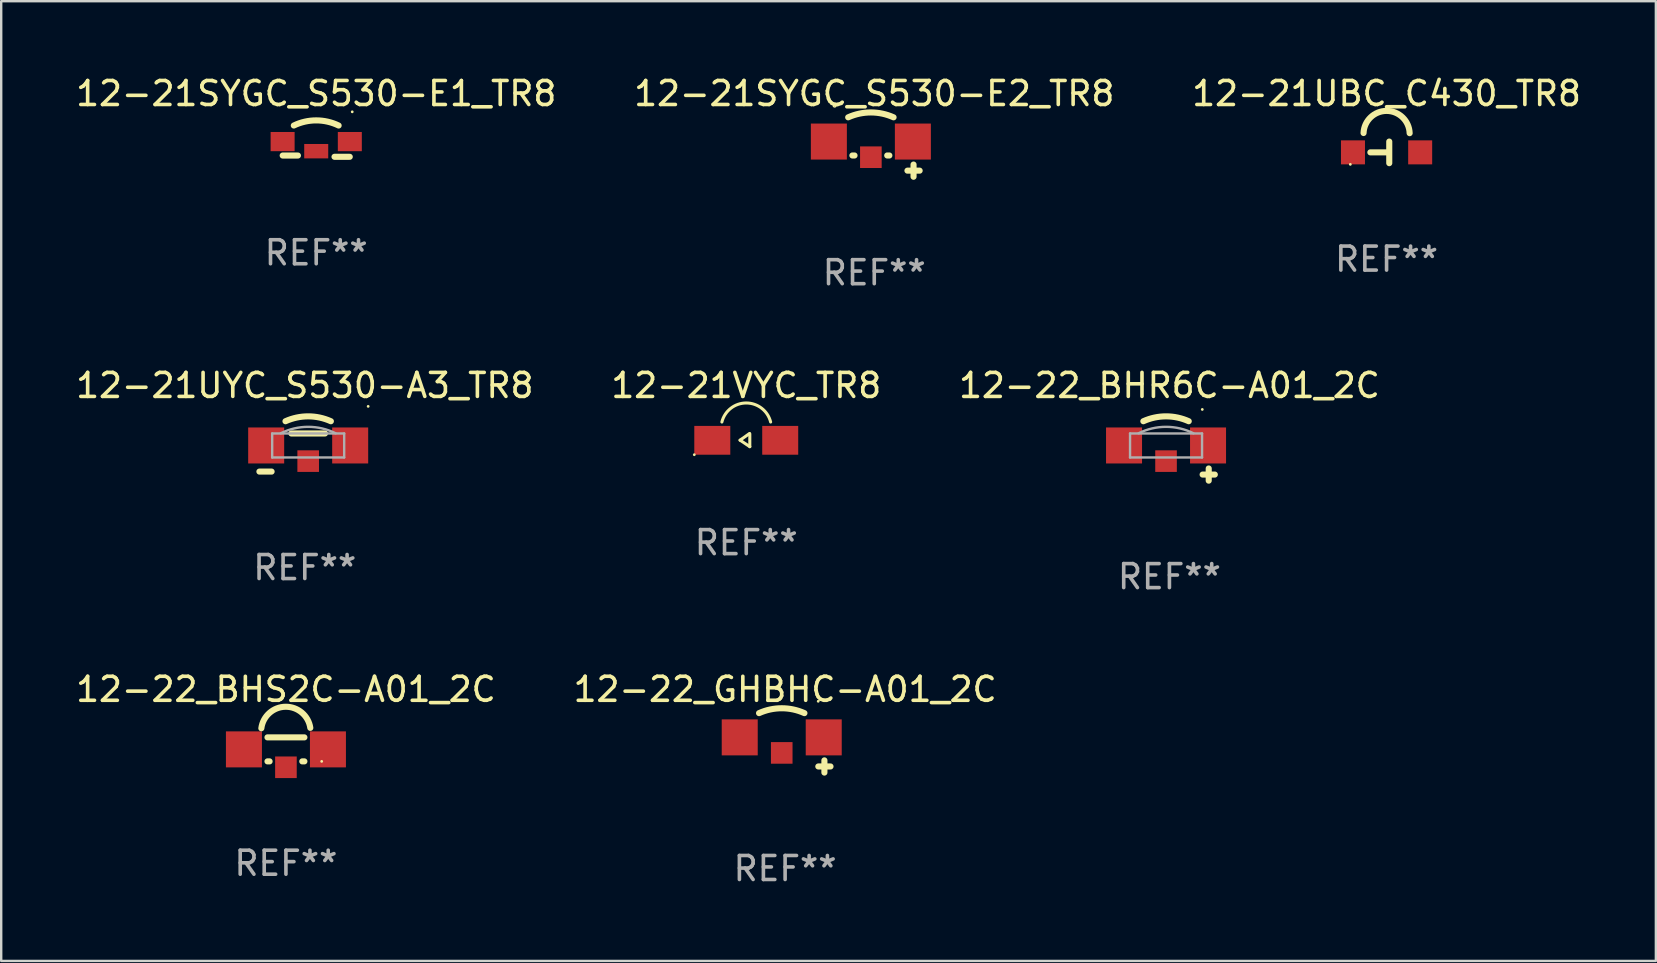
<source format=kicad_pcb>
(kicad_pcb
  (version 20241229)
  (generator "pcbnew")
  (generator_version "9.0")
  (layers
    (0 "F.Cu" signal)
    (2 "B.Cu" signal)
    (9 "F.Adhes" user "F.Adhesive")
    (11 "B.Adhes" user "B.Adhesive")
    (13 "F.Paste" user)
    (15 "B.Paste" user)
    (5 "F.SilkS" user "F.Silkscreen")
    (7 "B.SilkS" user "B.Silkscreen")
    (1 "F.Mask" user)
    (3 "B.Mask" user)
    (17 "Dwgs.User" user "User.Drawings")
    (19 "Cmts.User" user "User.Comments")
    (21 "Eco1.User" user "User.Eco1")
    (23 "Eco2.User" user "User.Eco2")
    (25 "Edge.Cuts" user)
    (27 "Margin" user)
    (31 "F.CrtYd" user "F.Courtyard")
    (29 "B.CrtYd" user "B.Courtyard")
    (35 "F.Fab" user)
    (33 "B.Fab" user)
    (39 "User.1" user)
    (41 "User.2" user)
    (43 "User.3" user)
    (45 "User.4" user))
  (footprint "12-21SYGC_S530-E2_TR8"
    (layer "F.Cu")
    (at 33.375 3.581)
    (property "Reference" "12-21SYGC_S530-E2_TR8" (at 0 -2.733 0) (layer "F.SilkS") (effects (font (size 1 1) (thickness 0.15))))
    (attr through_hole)
    (fp_line (start -0.911 -0.153) (end -0.822 -0.153) (stroke (width 0.254) (type solid)) (layer "F.SilkS"))
    (fp_line (start 0.54 -0.153) (end 0.629 -0.153) (stroke (width 0.254) (type solid)) (layer "F.SilkS"))
    (fp_line (start 1.383 0.479) (end 1.891 0.479) (stroke (width 0.254) (type solid)) (layer "F.SilkS"))
    (fp_line (start 1.637 0.733) (end 1.637 0.225) (stroke (width 0.254) (type solid)) (layer "F.SilkS"))
    (fp_arc (start -1.086322 -1.743205) (mid -0.140958 -1.946233) (end 0.804407 -1.743205) (stroke (width 0.254001) (type solid)) (layer "F.SilkS"))
    (fp_circle (center -1.65 -2.234) (end -1.621 -2.234) (stroke (width 0.06) (type solid)) (fill no) (layer "F.SilkS"))
    (fp_text user "REF**" (at 0 4.733 0) (layer "F.Fab") (effects (font (size 1 1) (thickness 0.15))))
    (pad "1" smd rect (at -1.891 -0.733 90) (size 1.5 1.5) (layers "F.Cu" "F.Mask" "F.Paste"))
    (pad "2" smd rect (at 1.609 -0.733 90) (size 1.5 1.5) (layers "F.Cu" "F.Mask" "F.Paste"))
    (pad "3" smd rect (at -0.141 -0.081) (size 0.9 0.9) (layers "F.Cu" "F.Mask" "F.Paste")))
  (footprint "12-22_GHBHC-A01_2C"
    (layer "F.Cu")
    (at 29.661 28.405)
    (property "Reference" "12-22_GHBHC-A01_2C" (at 0 -2.733 0) (layer "F.SilkS") (effects (font (size 1 1) (thickness 0.15))))
    (attr through_hole)
    (fp_line (start 1.383 0.479) (end 1.891 0.479) (stroke (width 0.254) (type solid)) (layer "F.SilkS"))
    (fp_line (start 1.637 0.733) (end 1.637 0.225) (stroke (width 0.254) (type solid)) (layer "F.SilkS"))
    (fp_arc (start -1.086335 -1.743205) (mid -0.14097 -1.946234) (end 0.804394 -1.743205) (stroke (width 0.254001) (type solid)) (layer "F.SilkS"))
    (fp_circle (center 1.379 -2.237) (end 1.409 -2.237) (stroke (width 0.06) (type solid)) (fill no) (layer "F.SilkS"))
    (fp_text user "REF**" (at 0 4.733 0) (layer "F.Fab") (effects (font (size 1 1) (thickness 0.15))))
    (pad "1" smd rect (at 1.609 -0.733 90) (size 1.5 1.5) (layers "F.Cu" "F.Mask" "F.Paste"))
    (pad "2" smd rect (at -0.141 -0.086) (size 0.9 0.9) (layers "F.Cu" "F.Mask" "F.Paste"))
    (pad "3" smd rect (at -1.891 -0.733 90) (size 1.5 1.5) (layers "F.Cu" "F.Mask" "F.Paste")))
  (footprint "12-22_BHR6C-A01_2C"
    (layer "F.Cu")
    (at 45.673 15.993)
    (property "Reference" "12-22_BHR6C-A01_2C" (at 0 -2.983 0) (layer "F.SilkS") (effects (font (size 1 1) (thickness 0.15))))
    (attr through_hole)
    (fp_line (start 1.383 0.729) (end 1.891 0.729) (stroke (width 0.254) (type solid)) (layer "F.SilkS"))
    (fp_line (start 1.637 0.983) (end 1.637 0.475) (stroke (width 0.254) (type solid)) (layer "F.SilkS"))
    (fp_arc (start -1.086335 -1.493205) (mid -0.14097 -1.696234) (end 0.804394 -1.493205) (stroke (width 0.254001) (type solid)) (layer "F.SilkS"))
    (fp_circle (center 1.369 -1.984) (end 1.399 -1.984) (stroke (width 0.06) (type solid)) (fill no) (layer "F.SilkS"))
    (fp_line (start -1.641 -0.983) (end 1.359 -0.983) (stroke (width 0.1) (type solid)) (layer "F.Fab"))
    (fp_line (start -1.641 0.017) (end -1.641 -0.983) (stroke (width 0.1) (type solid)) (layer "F.Fab"))
    (fp_line (start 1.359 -0.983) (end 1.359 0.017) (stroke (width 0.1) (type solid)) (layer "F.Fab"))
    (fp_line (start 1.359 0.017) (end -1.641 0.017) (stroke (width 0.1) (type solid)) (layer "F.Fab"))
    (fp_arc (start -1.283973 -0.990792) (mid -0.140971 -1.259454) (end 1.002032 -0.990793) (stroke (width 0.1) (type solid)) (layer "F.Fab"))
    (fp_text user "REF**" (at 0 4.983 0) (layer "F.Fab") (effects (font (size 1 1) (thickness 0.15))))
    (pad "1" smd rect (at 1.609 -0.483 90) (size 1.5 1.5) (layers "F.Cu" "F.Mask" "F.Paste"))
    (pad "2" smd rect (at -0.141 0.169) (size 0.9 0.9) (layers "F.Cu" "F.Mask" "F.Paste"))
    (pad "3" smd rect (at -1.891 -0.483 90) (size 1.5 1.5) (layers "F.Cu" "F.Mask" "F.Paste")))
  (footprint "12-21UYC_S530-A3_TR8"
    (layer "F.Cu")
    (at 9.649 15.804)
    (property "Reference" "12-21UYC_S530-A3_TR8" (at 0 -2.794 0) (layer "F.SilkS") (effects (font (size 1 1) (thickness 0.15))))
    (attr through_hole)
    (fp_line (start -1.891 0.794) (end -1.383 0.794) (stroke (width 0.254) (type solid)) (layer "F.SilkS"))
    (fp_line (start -0.559 -0.794) (end 0.841 -0.794) (stroke (width 0.254) (type solid)) (layer "F.SilkS"))
    (fp_arc (start -0.804394 -1.303975) (mid 0.14097 -1.507003) (end 1.086335 -1.303975) (stroke (width 0.254001) (type solid)) (layer "F.SilkS"))
    (fp_circle (center 2.64 -1.923) (end 2.67 -1.923) (stroke (width 0.06) (type solid)) (fill no) (layer "F.SilkS"))
    (fp_line (start -1.359 -0.794) (end 1.641 -0.794) (stroke (width 0.1) (type solid)) (layer "F.Fab"))
    (fp_line (start -1.359 0.206) (end -1.359 -0.794) (stroke (width 0.1) (type solid)) (layer "F.Fab"))
    (fp_line (start 1.641 -0.794) (end 1.641 0.206) (stroke (width 0.1) (type solid)) (layer "F.Fab"))
    (fp_line (start 1.641 0.206) (end -1.359 0.206) (stroke (width 0.1) (type solid)) (layer "F.Fab"))
    (fp_arc (start -1.002032 -0.801562) (mid 0.14097 -1.070224) (end 1.283972 -0.801562) (stroke (width 0.1) (type solid)) (layer "F.Fab"))
    (fp_text user "REF**" (at 0 4.794 0) (layer "F.Fab") (effects (font (size 1 1) (thickness 0.15))))
    (pad "1" smd rect (at 1.891 -0.294 90) (size 1.5 1.5) (layers "F.Cu" "F.Mask" "F.Paste"))
    (pad "2" smd rect (at -1.609 -0.294 90) (size 1.5 1.5) (layers "F.Cu" "F.Mask" "F.Paste"))
    (pad "3" smd rect (at 0.141 0.358) (size 0.9 0.9) (layers "F.Cu" "F.Mask" "F.Paste")))
  (footprint "12-22_BHS2C-A01_2C"
    (layer "F.Cu")
    (at 8.863 28.295)
    (property "Reference" "12-22_BHS2C-A01_2C" (at 0 -2.623 0) (layer "F.SilkS") (effects (font (size 1 1) (thickness 0.15))))
    (attr through_hole)
    (fp_line (start -0.769 0.377) (end -0.681 0.377) (stroke (width 0.254) (type solid)) (layer "F.SilkS"))
    (fp_line (start 0.681 0.377) (end 0.769 0.377) (stroke (width 0.254) (type solid)) (layer "F.SilkS"))
    (fp_line (start 0.769 -0.623) (end -0.769 -0.623) (stroke (width 0.254) (type solid)) (layer "F.SilkS"))
    (fp_arc (start -1.024587 -1.002325) (mid -0.011784 -1.899341) (end 1.015621 -1.019088) (stroke (width 0.254001) (type solid)) (layer "F.SilkS"))
    (fp_circle (center 1.49 0.377) (end 1.52 0.377) (stroke (width 0.06) (type solid)) (fill no) (layer "F.SilkS"))
    (fp_text user "REF**" (at 0 4.623 0) (layer "F.Fab") (effects (font (size 1 1) (thickness 0.15))))
    (pad "A" smd rect (at 1.75 -0.123 90) (size 1.5 1.5) (layers "F.Cu" "F.Mask" "F.Paste"))
    (pad "C1" smd rect (at -1.75 -0.123 90) (size 1.5 1.5) (layers "F.Cu" "F.Mask" "F.Paste"))
    (pad "C2" smd rect (at 0 0.623) (size 0.9 0.9) (layers "F.Cu" "F.Mask" "F.Paste")))
  (footprint "12-21VYC_TR8"
    (layer "F.Cu")
    (at 28.042 15.285)
    (property "Reference" "12-21VYC_TR8" (at 0 -2.275 0) (layer "F.SilkS") (effects (font (size 1 1) (thickness 0.15))))
    (attr through_hole)
    (fp_line (start -0.258 0.005) (end 0.138 -0.275) (stroke (width 0.127) (type solid)) (layer "F.SilkS"))
    (fp_line (start 0.148 -0.255) (end 0.148 0.275) (stroke (width 0.127) (type solid)) (layer "F.SilkS"))
    (fp_line (start 0.148 0.275) (end -0.258 0.005) (stroke (width 0.127) (type solid)) (layer "F.SilkS"))
    (fp_arc (start -1.016002 -0.751993) (mid 0 -1.545264) (end 1.016002 -0.751994) (stroke (width 0.127) (type solid)) (layer "F.SilkS"))
    (fp_circle (center -2.165 0.61) (end -2.135 0.61) (stroke (width 0.06) (type solid)) (fill no) (layer "F.SilkS"))
    (fp_text user "REF**" (at 0 4.275 0) (layer "F.Fab") (effects (font (size 1 1) (thickness 0.15))))
    (pad "1" smd rect (at -1.415 0.01) (size 1.5 1.2) (layers "F.Cu" "F.Mask" "F.Paste"))
    (pad "2" smd rect (at 1.415 0.01) (size 1.5 1.2) (layers "F.Cu" "F.Mask" "F.Paste")))
  (footprint "12-21UBC_C430_TR8"
    (layer "F.Cu")
    (at 54.72 3.298)
    (property "Reference" "12-21UBC_C430_TR8" (at 0 -2.45 0) (layer "F.SilkS") (effects (font (size 1 1) (thickness 0.15))))
    (attr through_hole)
    (fp_line (start 0.1 0.000013) (end -0.675 0.000013) (stroke (width 0.254) (type solid)) (layer "F.SilkS"))
    (fp_line (start 0.112 -0.45) (end 0.112 0.45) (stroke (width 0.254) (type solid)) (layer "F.SilkS"))
    (fp_arc (start -0.959233 -0.806389) (mid 0.004243 -1.727376) (end 0.961189 -0.799606) (stroke (width 0.254001) (type solid)) (layer "F.SilkS"))
    (fp_circle (center -1.51 0.5) (end -1.48 0.5) (stroke (width 0.06) (type solid)) (fill no) (layer "F.SilkS"))
    (fp_text user "REF**" (at 0 4.45 0) (layer "F.Fab") (effects (font (size 1 1) (thickness 0.15))))
    (pad "1" smd rect (at -1.4 0.000013) (size 1 1) (layers "F.Cu" "F.Mask" "F.Paste"))
    (pad "2" smd rect (at 1.4 0.000013) (size 1 1) (layers "F.Cu" "F.Mask" "F.Paste")))
  (footprint "12-21SYGC_S530-E1_TR8"
    (layer "F.Cu")
    (at 10.125 3.166)
    (property "Reference" "12-21SYGC_S530-E1_TR8" (at 0 -2.317 0) (layer "F.SilkS") (effects (font (size 1 1) (thickness 0.15))))
    (attr through_hole)
    (fp_line (start -1.397 0.264) (end -0.762 0.264) (stroke (width 0.254) (type solid)) (layer "F.SilkS"))
    (fp_line (start 0.762 0.317) (end 1.397 0.317) (stroke (width 0.254) (type solid)) (layer "F.SilkS"))
    (fp_arc (start -0.933604 -0.986576) (mid 0 -1.200166) (end 0.933604 -0.986576) (stroke (width 0.254001) (type solid)) (layer "F.SilkS"))
    (fp_circle (center 1.5 -1.557) (end 1.53 -1.557) (stroke (width 0.06) (type solid)) (fill no) (layer "F.SilkS"))
    (fp_text user "REF**" (at 0 4.317 0) (layer "F.Fab") (effects (font (size 1 1) (thickness 0.15))))
    (pad "1" smd rect (at 1.4 -0.317 180) (size 1 0.8) (layers "F.Cu" "F.Mask" "F.Paste"))
    (pad "2" smd rect (at -1.4 -0.317 180) (size 1 0.8) (layers "F.Cu" "F.Mask" "F.Paste"))
    (pad "3" smd rect (at 0.000127 0.083 180) (size 1 0.6) (layers "F.Cu" "F.Mask" "F.Paste")))
  (gr_rect
    (start -3 -3)
    (end 65.94 36.986)
    (stroke (width 0.1) (type default))
    (fill no)
    (layer "Edge.Cuts")))
</source>
